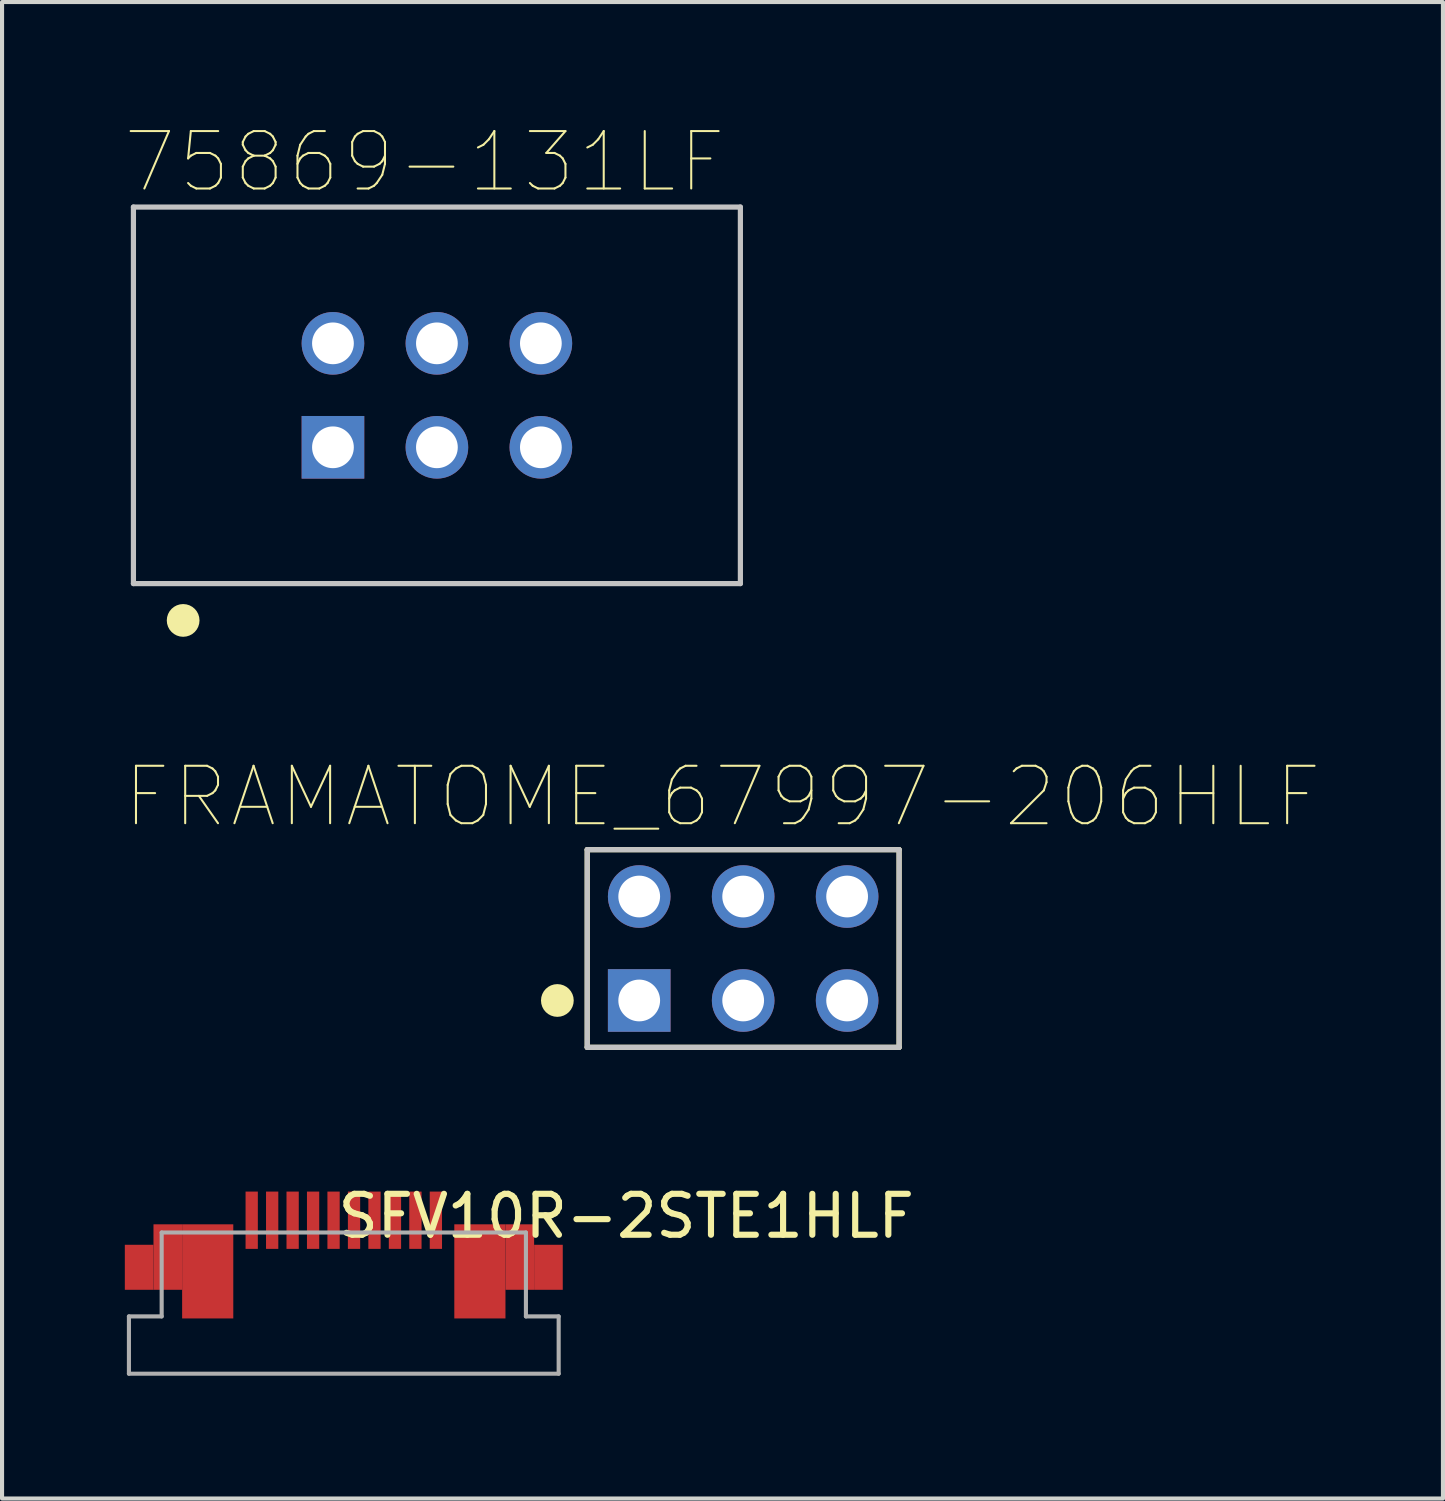
<source format=kicad_pcb>
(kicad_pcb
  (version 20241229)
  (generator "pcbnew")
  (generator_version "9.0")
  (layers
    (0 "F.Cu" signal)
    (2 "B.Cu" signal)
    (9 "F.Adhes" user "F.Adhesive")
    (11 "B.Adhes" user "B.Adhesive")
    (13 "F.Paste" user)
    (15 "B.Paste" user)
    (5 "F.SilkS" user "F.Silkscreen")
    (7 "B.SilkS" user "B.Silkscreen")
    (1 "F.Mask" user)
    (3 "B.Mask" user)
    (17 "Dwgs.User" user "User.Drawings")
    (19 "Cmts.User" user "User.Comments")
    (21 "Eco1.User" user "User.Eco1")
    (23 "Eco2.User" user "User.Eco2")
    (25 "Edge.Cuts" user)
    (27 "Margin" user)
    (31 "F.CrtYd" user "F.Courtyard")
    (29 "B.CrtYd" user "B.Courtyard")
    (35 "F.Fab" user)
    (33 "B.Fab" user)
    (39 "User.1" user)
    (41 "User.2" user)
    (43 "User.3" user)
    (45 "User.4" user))
  (footprint "75869-131LF"
    (layer "F.Cu")
    (at 7.625 6.609)
    (property "Reference" "75869-131LF" (at -0.3 -5.7 0) (layer "F.SilkS") (effects (font (size 1.403 1.403) (thickness 0.05))))
    (attr through_hole)
    (fp_circle (center -6.2 5.5) (end -6 5.5) (stroke (width 0.4) (type solid)) (fill no) (layer "F.SilkS"))
    (fp_line (start -7.415 -4.6) (end 7.415 -4.6) (stroke (width 0.127) (type solid)) (layer "Dwgs.User"))
    (fp_line (start -7.415 4.6) (end -7.415 -4.6) (stroke (width 0.127) (type solid)) (layer "Dwgs.User"))
    (fp_line (start 7.415 -4.6) (end 7.415 4.6) (stroke (width 0.127) (type solid)) (layer "Dwgs.User"))
    (fp_line (start 7.415 4.6) (end -7.415 4.6) (stroke (width 0.127) (type solid)) (layer "Dwgs.User"))
    (fp_circle (center -2.54 1.27) (end -2.34 1.27) (stroke (width 0.4) (type solid)) (fill no) (layer "Dwgs.User"))
    (fp_line (start -7.6 -4.8) (end 7.6 -4.8) (stroke (width 0.05) (type solid)) (layer "Eco1.User"))
    (fp_line (start -7.6 4.8) (end -7.6 -4.8) (stroke (width 0.05) (type solid)) (layer "Eco1.User"))
    (fp_line (start 7.6 -4.8) (end 7.6 4.8) (stroke (width 0.05) (type solid)) (layer "Eco1.User"))
    (fp_line (start 7.6 4.8) (end -7.6 4.8) (stroke (width 0.05) (type solid)) (layer "Eco1.User"))
    (pad "1" thru_hole rect (at -2.54 1.27) (size 1.53 1.53) (drill 1.02) (layers "*.Cu" "*.Mask"))
    (pad "2" thru_hole circle (at -2.54 -1.27) (size 1.53 1.53) (drill 1.02) (layers "*.Cu" "*.Mask"))
    (pad "3" thru_hole circle (at 0 1.27) (size 1.53 1.53) (drill 1.02) (layers "*.Cu" "*.Mask"))
    (pad "4" thru_hole circle (at 0 -1.27) (size 1.53 1.53) (drill 1.02) (layers "*.Cu" "*.Mask"))
    (pad "5" thru_hole circle (at 2.54 1.27) (size 1.53 1.53) (drill 1.02) (layers "*.Cu" "*.Mask"))
    (pad "6" thru_hole circle (at 2.54 -1.27) (size 1.53 1.53) (drill 1.02) (layers "*.Cu" "*.Mask")))
  (footprint "SFV10R-2STE1HLF"
    (layer "F.Cu")
    (at 5.35 26.764)
    (property "Reference" "SFV10R-2STE1HLF" (at 6.9 -0.1 0) (layer "F.SilkS") (effects (font (size 1 1) (thickness 0.15))))
    (attr through_hole)
    (fp_line (start -5.25 3.75) (end -5.25 2.35) (stroke (width 0.1) (type solid)) (layer "F.Fab"))
    (fp_line (start -5.25 3.75) (end 5.25 3.75) (stroke (width 0.1) (type solid)) (layer "F.Fab"))
    (fp_line (start -4.45 0.3) (end -4.45 2.35) (stroke (width 0.1) (type solid)) (layer "F.Fab"))
    (fp_line (start -4.45 0.3) (end 4.45 0.3) (stroke (width 0.1) (type solid)) (layer "F.Fab"))
    (fp_line (start -4.45 2.35) (end -5.25 2.35) (stroke (width 0.1) (type solid)) (layer "F.Fab"))
    (fp_line (start 4.45 0.3) (end 4.45 2.35) (stroke (width 0.1) (type solid)) (layer "F.Fab"))
    (fp_line (start 4.45 2.35) (end 5.25 2.35) (stroke (width 0.1) (type solid)) (layer "F.Fab"))
    (fp_line (start 5.25 3.75) (end 5.25 2.35) (stroke (width 0.1) (type solid)) (layer "F.Fab"))
    (pad "1" smd rect (at -2.25 0) (size 0.3 1.4) (layers "F.Cu" "F.Mask" "F.Paste"))
    (pad "2" smd rect (at -1.75 0) (size 0.3 1.4) (layers "F.Cu" "F.Mask" "F.Paste"))
    (pad "3" smd rect (at -1.25 0) (size 0.3 1.4) (layers "F.Cu" "F.Mask" "F.Paste"))
    (pad "4" smd rect (at -0.75 0) (size 0.3 1.4) (layers "F.Cu" "F.Mask" "F.Paste"))
    (pad "5" smd rect (at -0.25 0) (size 0.3 1.4) (layers "F.Cu" "F.Mask" "F.Paste"))
    (pad "6" smd rect (at 0.25 0) (size 0.3 1.4) (layers "F.Cu" "F.Mask" "F.Paste"))
    (pad "7" smd rect (at 0.75 0) (size 0.3 1.4) (layers "F.Cu" "F.Mask" "F.Paste"))
    (pad "8" smd rect (at 1.25 0) (size 0.3 1.4) (layers "F.Cu" "F.Mask" "F.Paste"))
    (pad "9" smd rect (at 1.75 0) (size 0.3 1.4) (layers "F.Cu" "F.Mask" "F.Paste"))
    (pad "10" smd rect (at 2.25 0) (size 0.3 1.4) (layers "F.Cu" "F.Mask" "F.Paste"))
    (pad "11" smd rect (at -5 1.15) (size 0.7 1.1) (layers "F.Cu" "F.Mask" "F.Paste"))
    (pad "11" smd rect (at -4.3 0.9) (size 0.7 1.6) (layers "F.Cu" "F.Mask" "F.Paste"))
    (pad "11" smd rect (at -3.325 1.25) (size 1.25 2.3) (layers "F.Cu" "F.Mask" "F.Paste"))
    (pad "11" smd rect (at 3.325 1.25) (size 1.25 2.3) (layers "F.Cu" "F.Mask" "F.Paste"))
    (pad "11" smd rect (at 4.3 0.9) (size 0.7 1.6) (layers "F.Cu" "F.Mask" "F.Paste"))
    (pad "11" smd rect (at 5 1.15) (size 0.7 1.1) (layers "F.Cu" "F.Mask" "F.Paste")))
  (footprint "FRAMATOME_67997-206HLF"
    (layer "F.Cu")
    (at 15.108 20.125)
    (property "Reference" "FRAMATOME_67997-206HLF" (at -0.505 -3.708 0) (layer "F.SilkS") (effects (font (size 1.403 1.403) (thickness 0.05))))
    (attr through_hole)
    (fp_line (start -3.81 -2.415) (end 3.81 -2.415) (stroke (width 0.127) (type solid)) (layer "F.SilkS"))
    (fp_line (start -3.81 2.415) (end -3.81 -2.415) (stroke (width 0.127) (type solid)) (layer "F.SilkS"))
    (fp_line (start 3.81 -2.415) (end 3.81 2.415) (stroke (width 0.127) (type solid)) (layer "F.SilkS"))
    (fp_line (start 3.81 2.415) (end -3.81 2.415) (stroke (width 0.127) (type solid)) (layer "F.SilkS"))
    (fp_circle (center -4.54 1.27) (end -4.34 1.27) (stroke (width 0.4) (type solid)) (fill no) (layer "F.SilkS"))
    (fp_line (start -3.81 -2.415) (end 3.81 -2.415) (stroke (width 0.127) (type solid)) (layer "Dwgs.User"))
    (fp_line (start -3.81 2.415) (end -3.81 -2.415) (stroke (width 0.127) (type solid)) (layer "Dwgs.User"))
    (fp_line (start 3.81 -2.415) (end 3.81 2.415) (stroke (width 0.127) (type solid)) (layer "Dwgs.User"))
    (fp_line (start 3.81 2.415) (end -3.81 2.415) (stroke (width 0.127) (type solid)) (layer "Dwgs.User"))
    (fp_circle (center -2.54 1.27) (end -2.34 1.27) (stroke (width 0.4) (type solid)) (fill no) (layer "Dwgs.User"))
    (fp_line (start -4.06 -2.665) (end 4.06 -2.665) (stroke (width 0.05) (type solid)) (layer "Eco1.User"))
    (fp_line (start -4.06 2.665) (end -4.06 -2.665) (stroke (width 0.05) (type solid)) (layer "Eco1.User"))
    (fp_line (start 4.06 -2.665) (end 4.06 2.665) (stroke (width 0.05) (type solid)) (layer "Eco1.User"))
    (fp_line (start 4.06 2.665) (end -4.06 2.665) (stroke (width 0.05) (type solid)) (layer "Eco1.User"))
    (pad "1" thru_hole rect (at -2.54 1.27) (size 1.53 1.53) (drill 1.02) (layers "*.Cu" "*.Mask"))
    (pad "2" thru_hole circle (at -2.54 -1.27) (size 1.53 1.53) (drill 1.02) (layers "*.Cu" "*.Mask"))
    (pad "3" thru_hole circle (at 0 1.27) (size 1.53 1.53) (drill 1.02) (layers "*.Cu" "*.Mask"))
    (pad "4" thru_hole circle (at 0 -1.27) (size 1.53 1.53) (drill 1.02) (layers "*.Cu" "*.Mask"))
    (pad "5" thru_hole circle (at 2.54 1.27) (size 1.53 1.53) (drill 1.02) (layers "*.Cu" "*.Mask"))
    (pad "6" thru_hole circle (at 2.54 -1.27) (size 1.53 1.53) (drill 1.02) (layers "*.Cu" "*.Mask")))
  (gr_rect
    (start -3 -3)
    (end 32.206 33.564)
    (stroke (width 0.1) (type default))
    (fill no)
    (layer "Edge.Cuts")))
</source>
